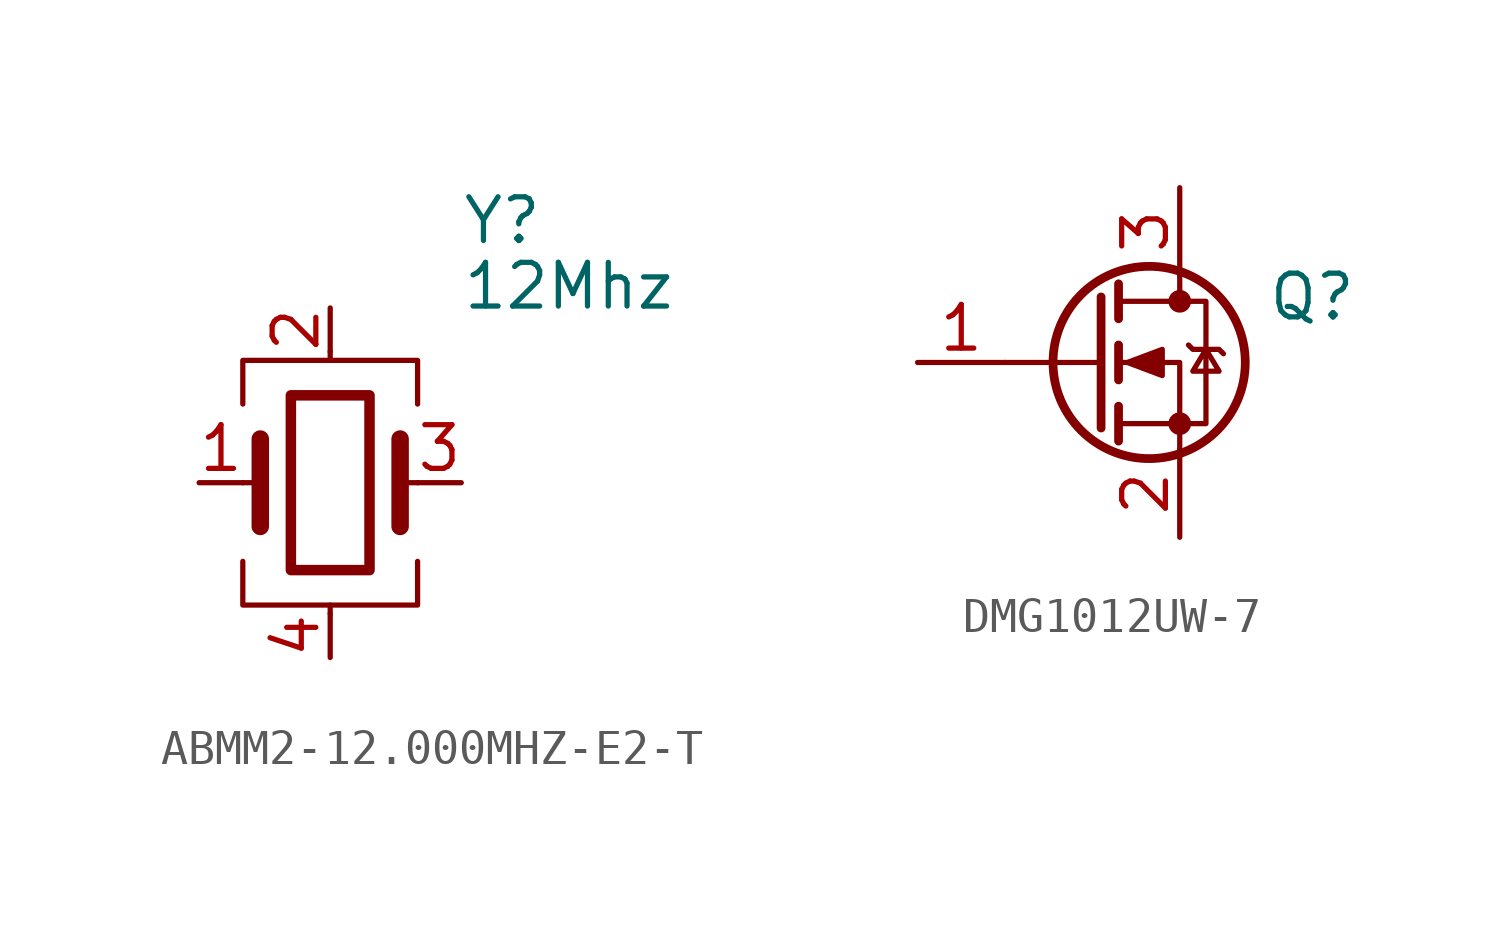
<source format=kicad_sym>
(kicad_symbol_lib
  (version 20220914)
  (generator kicad_symbol_editor)
  (symbol "ABMM2-12.000MHZ-E2-T"
    (pin_names
      (offset 1.016) hide)
    (property "Reference" "Y"
      (at 3.81 7.62 0)
      (effects (font (size 1.27 1.27)) (justify left)))
    (property "Value" "12Mhz"
      (at 3.81 5.715 0)
      (effects (font (size 1.27 1.27)) (justify left)))
    (symbol "ABMM2-12.000MHZ-E2-T_0_1"
      (rectangle (start -1.143 2.54) (end 1.143 -2.54) (stroke (width 0.305) (type default)) (fill (type none)))
      (polyline (pts (xy -2.54 0) (xy -2.032 0)) (stroke (width 0) (type default)) (fill (type none)))
      (polyline (pts (xy -2.032 -1.27) (xy -2.032 1.27)) (stroke (width 0.508) (type default)) (fill (type none)))
      (polyline (pts (xy 0 -3.81) (xy 0 -3.556)) (stroke (width 0) (type default)) (fill (type none)))
      (polyline (pts (xy 0 3.556) (xy 0 3.81)) (stroke (width 0) (type default)) (fill (type none)))
      (polyline (pts (xy 2.032 -1.27) (xy 2.032 1.27)) (stroke (width 0.508) (type default)) (fill (type none)))
      (polyline (pts (xy 2.032 0) (xy 2.54 0)) (stroke (width 0) (type default)) (fill (type none)))
      (polyline (pts (xy -2.54 -2.286) (xy -2.54 -3.556) (xy 2.54 -3.556) (xy 2.54 -2.286)) (stroke (width 0) (type default)) (fill (type none)))
      (polyline (pts (xy -2.54 2.286) (xy -2.54 3.556) (xy 2.54 3.556) (xy 2.54 2.286)) (stroke (width 0) (type default)) (fill (type none))))
    (symbol "ABMM2-12.000MHZ-E2-T_1_1"
      (pin passive line (at -3.81 0 0) (length 1.27) (name "1" (effects (font (size 1.27 1.27)))) (number "1" (effects (font (size 1.27 1.27)))))
      (pin passive line (at 0 5.08 270) (length 1.27) (name "2" (effects (font (size 1.27 1.27)))) (number "2" (effects (font (size 1.27 1.27)))))
      (pin passive line (at 3.81 0 180) (length 1.27) (name "3" (effects (font (size 1.27 1.27)))) (number "3" (effects (font (size 1.27 1.27)))))
      (pin passive line (at 0 -5.08 90) (length 1.27) (name "4" (effects (font (size 1.27 1.27)))) (number "4" (effects (font (size 1.27 1.27)))))))
  (symbol "DMG1012UW-7"
    (pin_names hide)
    (property "Reference" "Q"
      (at 5.08 1.905 0)
      (effects (font (size 1.27 1.27)) (justify left)))
    (symbol "DMG1012UW-7_0_1"
      (polyline (pts (xy 0.254 0) (xy -2.54 0)) (stroke (width 0) (type default)) (fill (type none)))
      (polyline (pts (xy 0.254 1.905) (xy 0.254 -1.905)) (stroke (width 0.254) (type default)) (fill (type none)))
      (polyline (pts (xy 0.762 -1.27) (xy 0.762 -2.286)) (stroke (width 0.254) (type default)) (fill (type none)))
      (polyline (pts (xy 0.762 0.508) (xy 0.762 -0.508)) (stroke (width 0.254) (type default)) (fill (type none)))
      (polyline (pts (xy 0.762 2.286) (xy 0.762 1.27)) (stroke (width 0.254) (type default)) (fill (type none)))
      (polyline (pts (xy 2.54 2.54) (xy 2.54 1.778)) (stroke (width 0) (type default)) (fill (type none)))
      (polyline (pts (xy 2.54 -2.54) (xy 2.54 0) (xy 0.762 0)) (stroke (width 0) (type default)) (fill (type none)))
      (polyline (pts (xy 0.762 -1.778) (xy 3.302 -1.778) (xy 3.302 1.778) (xy 0.762 1.778)) (stroke (width 0) (type default)) (fill (type none)))
      (polyline (pts (xy 1.016 0) (xy 2.032 0.381) (xy 2.032 -0.381) (xy 1.016 0)) (stroke (width 0) (type default)) (fill (type outline)))
      (polyline (pts (xy 2.794 0.508) (xy 2.921 0.381) (xy 3.683 0.381) (xy 3.81 0.254)) (stroke (width 0) (type default)) (fill (type none)))
      (polyline (pts (xy 3.302 0.381) (xy 2.921 -0.254) (xy 3.683 -0.254) (xy 3.302 0.381)) (stroke (width 0) (type default)) (fill (type none)))
      (circle (center 1.651 0) (radius 2.794) (stroke (width 0.254) (type default)) (fill (type none)))
      (circle (center 2.54 -1.778) (radius 0.254) (stroke (width 0) (type default)) (fill (type outline)))
      (circle (center 2.54 1.778) (radius 0.254) (stroke (width 0) (type default)) (fill (type outline))))
    (symbol "DMG1012UW-7_1_1"
      (pin input line (at -5.08 0 0) (length 2.54) (name "G" (effects (font (size 1.27 1.27)))) (number "1" (effects (font (size 1.27 1.27)))))
      (pin passive line (at 2.54 -5.08 90) (length 2.54) (name "S" (effects (font (size 1.27 1.27)))) (number "2" (effects (font (size 1.27 1.27)))))
      (pin passive line (at 2.54 5.08 270) (length 2.54) (name "D" (effects (font (size 1.27 1.27)))) (number "3" (effects (font (size 1.27 1.27))))))))
</source>
